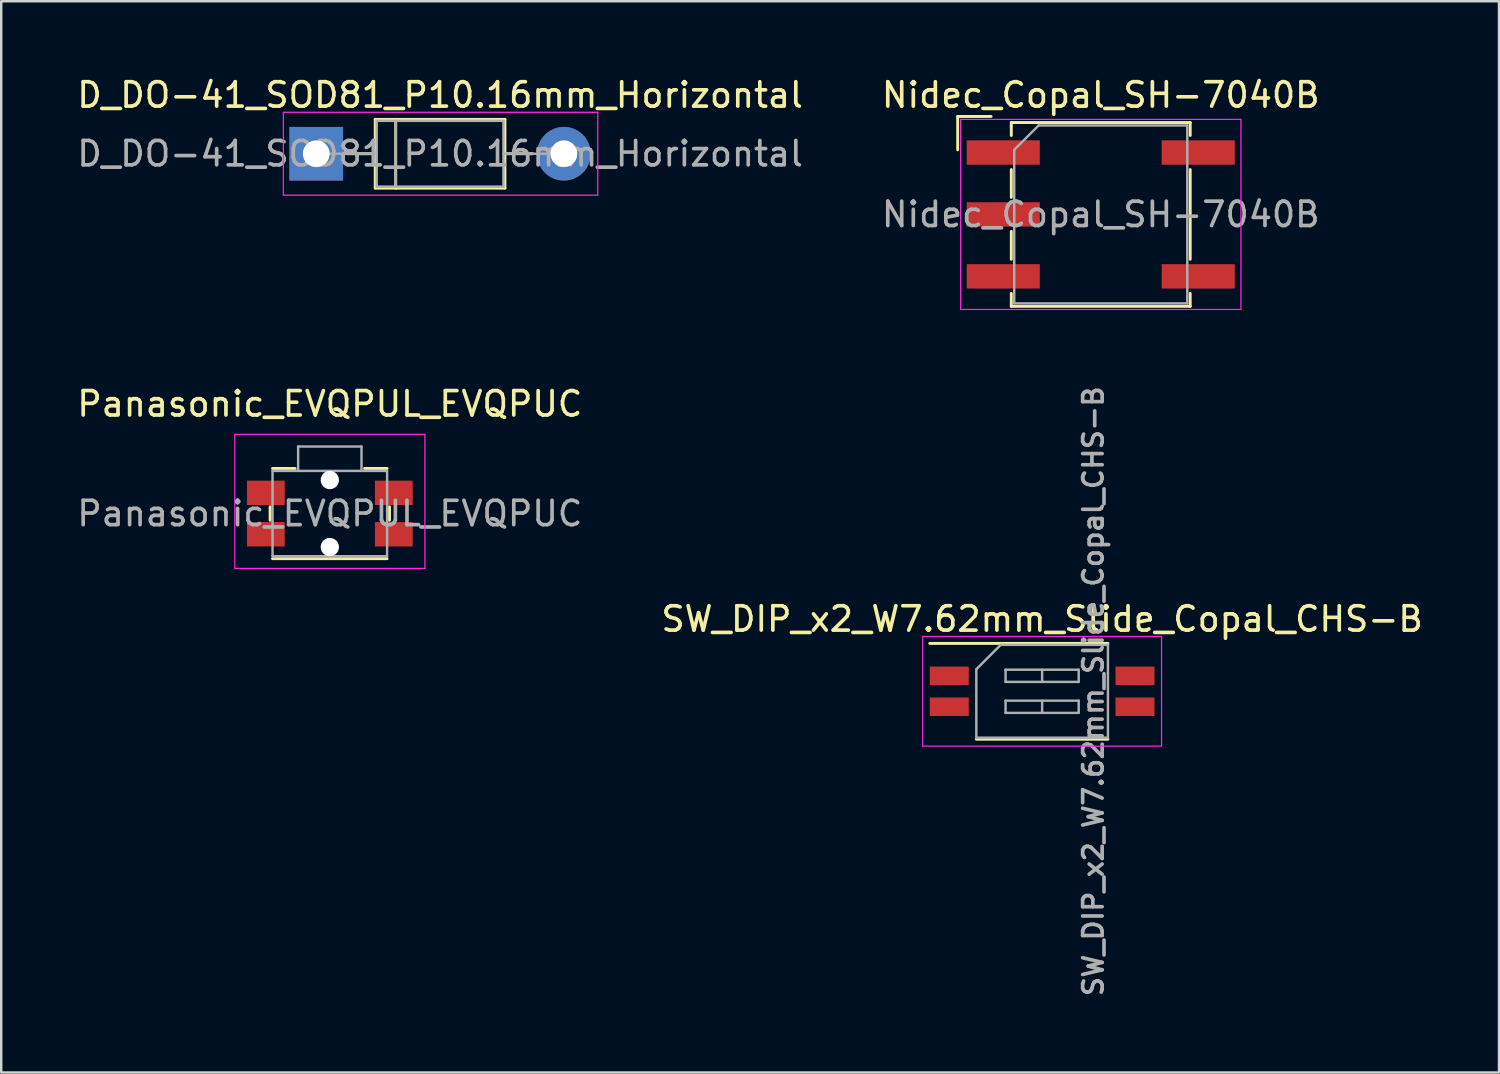
<source format=kicad_pcb>
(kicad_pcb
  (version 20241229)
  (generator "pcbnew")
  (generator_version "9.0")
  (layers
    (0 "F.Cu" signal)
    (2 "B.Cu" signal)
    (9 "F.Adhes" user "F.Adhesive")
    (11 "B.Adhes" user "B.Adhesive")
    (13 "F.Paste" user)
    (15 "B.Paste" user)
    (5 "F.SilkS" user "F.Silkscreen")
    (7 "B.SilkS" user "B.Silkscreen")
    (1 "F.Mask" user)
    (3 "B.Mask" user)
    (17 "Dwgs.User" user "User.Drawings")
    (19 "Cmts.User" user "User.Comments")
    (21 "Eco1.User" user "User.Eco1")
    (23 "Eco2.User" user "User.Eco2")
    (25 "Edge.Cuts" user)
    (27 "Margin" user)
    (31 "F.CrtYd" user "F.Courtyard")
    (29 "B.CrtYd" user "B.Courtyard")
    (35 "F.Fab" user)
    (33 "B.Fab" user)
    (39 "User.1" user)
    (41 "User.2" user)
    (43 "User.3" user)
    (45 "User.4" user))
  (footprint "Panasonic_EVQPUL_EVQPUC"
    (layer "F.Cu")
    (at 10.482 18.021)
    (property "Reference" "Panasonic_EVQPUL_EVQPUC" (at 0 -4.5 0) (layer "F.SilkS") (effects (font (size 1 1) (thickness 0.15))))
    (attr smd)
    (fp_line (start -2.45 0.275) (end -2.45 -0.275) (stroke (width 0.12) (type solid)) (layer "F.SilkS"))
    (fp_line (start -1.425 -1.85) (end -2.35 -1.85) (stroke (width 0.12) (type solid)) (layer "F.SilkS"))
    (fp_line (start 2.35 -1.85) (end 1.425 -1.85) (stroke (width 0.12) (type solid)) (layer "F.SilkS"))
    (fp_line (start 2.35 1.85) (end -2.35 1.85) (stroke (width 0.12) (type solid)) (layer "F.SilkS"))
    (fp_line (start 2.45 0.275) (end 2.45 -0.275) (stroke (width 0.12) (type solid)) (layer "F.SilkS"))
    (fp_line (start -3.9 2.25) (end -3.9 -3.25) (stroke (width 0.05) (type solid)) (layer "F.CrtYd"))
    (fp_line (start 3.9 -3.25) (end -3.9 -3.25) (stroke (width 0.05) (type solid)) (layer "F.CrtYd"))
    (fp_line (start 3.9 2.25) (end -3.9 2.25) (stroke (width 0.05) (type solid)) (layer "F.CrtYd"))
    (fp_line (start 3.9 2.25) (end 3.9 -3.25) (stroke (width 0.05) (type solid)) (layer "F.CrtYd"))
    (fp_line (start -2.35 1.75) (end -2.35 -1.75) (stroke (width 0.1) (type solid)) (layer "F.Fab"))
    (fp_line (start -1.3 -2.75) (end -1.3 -1.75) (stroke (width 0.1) (type solid)) (layer "F.Fab"))
    (fp_line (start 1.3 -2.75) (end -1.3 -2.75) (stroke (width 0.1) (type solid)) (layer "F.Fab"))
    (fp_line (start 1.3 -2.75) (end 1.3 -1.75) (stroke (width 0.1) (type solid)) (layer "F.Fab"))
    (fp_line (start 2.35 -1.75) (end -2.35 -1.75) (stroke (width 0.1) (type solid)) (layer "F.Fab"))
    (fp_line (start 2.35 1.75) (end -2.35 1.75) (stroke (width 0.1) (type solid)) (layer "F.Fab"))
    (fp_line (start 2.35 1.75) (end 2.35 -1.75) (stroke (width 0.1) (type solid)) (layer "F.Fab"))
    (fp_text user "${REFERENCE}" (at 0 0 0) (layer "F.Fab") (effects (font (size 1 1) (thickness 0.15))))
    (pad "" np_thru_hole circle (at 0 -1.375 180) (size 0.75 0.75) (drill 0.75) (layers "*.Cu" "*.Mask"))
    (pad "" np_thru_hole circle (at 0 1.375 180) (size 0.75 0.75) (drill 0.75) (layers "*.Cu" "*.Mask"))
    (pad "1" smd rect (at -2.625 -0.85 180) (size 1.55 1) (layers "F.Cu" "F.Mask" "F.Paste"))
    (pad "1" smd rect (at 2.625 -0.85 180) (size 1.55 1) (layers "F.Cu" "F.Mask" "F.Paste"))
    (pad "2" smd rect (at -2.625 0.85 180) (size 1.55 1) (layers "F.Cu" "F.Mask" "F.Paste"))
    (pad "2" smd rect (at 2.625 0.85 180) (size 1.55 1) (layers "F.Cu" "F.Mask" "F.Paste")))
  (footprint "D_DO-41_SOD81_P10.16mm_Horizontal"
    (layer "F.Cu")
    (at 9.926 3.258)
    (property "Reference" "D_DO-41_SOD81_P10.16mm_Horizontal" (at 5.08 -2.41 0) (layer "F.SilkS") (effects (font (size 1 1) (thickness 0.15))))
    (attr through_hole)
    (fp_line (start 1.28 0) (end 2.42 0) (stroke (width 0.12) (type solid)) (layer "F.SilkS"))
    (fp_line (start 2.42 -1.41) (end 2.42 1.41) (stroke (width 0.12) (type solid)) (layer "F.SilkS"))
    (fp_line (start 2.42 1.41) (end 7.74 1.41) (stroke (width 0.12) (type solid)) (layer "F.SilkS"))
    (fp_line (start 3.26 -1.41) (end 3.26 1.41) (stroke (width 0.12) (type solid)) (layer "F.SilkS"))
    (fp_line (start 7.74 -1.41) (end 2.42 -1.41) (stroke (width 0.12) (type solid)) (layer "F.SilkS"))
    (fp_line (start 7.74 1.41) (end 7.74 -1.41) (stroke (width 0.12) (type solid)) (layer "F.SilkS"))
    (fp_line (start 8.88 0) (end 7.74 0) (stroke (width 0.12) (type solid)) (layer "F.SilkS"))
    (fp_line (start -1.35 -1.7) (end -1.35 1.7) (stroke (width 0.05) (type solid)) (layer "F.CrtYd"))
    (fp_line (start -1.35 1.7) (end 11.55 1.7) (stroke (width 0.05) (type solid)) (layer "F.CrtYd"))
    (fp_line (start 11.55 -1.7) (end -1.35 -1.7) (stroke (width 0.05) (type solid)) (layer "F.CrtYd"))
    (fp_line (start 11.55 1.7) (end 11.55 -1.7) (stroke (width 0.05) (type solid)) (layer "F.CrtYd"))
    (fp_line (start 0 0) (end 2.48 0) (stroke (width 0.1) (type solid)) (layer "F.Fab"))
    (fp_line (start 2.48 -1.35) (end 2.48 1.35) (stroke (width 0.1) (type solid)) (layer "F.Fab"))
    (fp_line (start 2.48 1.35) (end 7.68 1.35) (stroke (width 0.1) (type solid)) (layer "F.Fab"))
    (fp_line (start 3.26 -1.35) (end 3.26 1.35) (stroke (width 0.1) (type solid)) (layer "F.Fab"))
    (fp_line (start 7.68 -1.35) (end 2.48 -1.35) (stroke (width 0.1) (type solid)) (layer "F.Fab"))
    (fp_line (start 7.68 1.35) (end 7.68 -1.35) (stroke (width 0.1) (type solid)) (layer "F.Fab"))
    (fp_line (start 10.16 0) (end 7.68 0) (stroke (width 0.1) (type solid)) (layer "F.Fab"))
    (fp_text user "${REFERENCE}" (at 5.08 0 0) (layer "F.Fab") (effects (font (size 1 1) (thickness 0.15))))
    (pad "1" thru_hole rect (at 0 0) (size 2.2 2.2) (drill 1.1) (layers "*.Cu" "*.Mask"))
    (pad "2" thru_hole oval (at 10.16 0) (size 2.2 2.2) (drill 1.1) (layers "*.Cu" "*.Mask")))
  (footprint "Nidec_Copal_SH-7040B"
    (layer "F.Cu")
    (at 42.113 5.748)
    (property "Reference" "Nidec_Copal_SH-7040B" (at 0 -4.9 0) (layer "F.SilkS") (effects (font (size 1 1) (thickness 0.15))))
    (attr smd)
    (fp_line (start -5.87 -4.02) (end -4.5 -4.02) (stroke (width 0.12) (type solid)) (layer "F.SilkS"))
    (fp_line (start -5.87 -2.65) (end -5.87 -4.02) (stroke (width 0.12) (type solid)) (layer "F.SilkS"))
    (fp_line (start -3.67 -3.77) (end 3.67 -3.77) (stroke (width 0.12) (type solid)) (layer "F.SilkS"))
    (fp_line (start -3.67 -3.24) (end -3.67 -3.77) (stroke (width 0.12) (type solid)) (layer "F.SilkS"))
    (fp_line (start -3.67 -1.84) (end -3.67 -0.7) (stroke (width 0.12) (type solid)) (layer "F.SilkS"))
    (fp_line (start -3.67 0.7) (end -3.67 1.84) (stroke (width 0.12) (type solid)) (layer "F.SilkS"))
    (fp_line (start -3.67 3.24) (end -3.67 3.77) (stroke (width 0.12) (type solid)) (layer "F.SilkS"))
    (fp_line (start -3.67 3.77) (end 3.67 3.77) (stroke (width 0.12) (type solid)) (layer "F.SilkS"))
    (fp_line (start 3.67 -3.77) (end 3.67 -3.24) (stroke (width 0.12) (type solid)) (layer "F.SilkS"))
    (fp_line (start 3.67 -1.84) (end 3.67 1.84) (stroke (width 0.12) (type solid)) (layer "F.SilkS"))
    (fp_line (start 3.67 3.77) (end 3.67 3.24) (stroke (width 0.12) (type solid)) (layer "F.SilkS"))
    (fp_line (start -5.75 -3.9) (end -5.75 3.9) (stroke (width 0.05) (type solid)) (layer "F.CrtYd"))
    (fp_line (start -5.75 3.9) (end 5.75 3.9) (stroke (width 0.05) (type solid)) (layer "F.CrtYd"))
    (fp_line (start 5.75 -3.9) (end -5.75 -3.9) (stroke (width 0.05) (type solid)) (layer "F.CrtYd"))
    (fp_line (start 5.75 3.9) (end 5.75 -3.9) (stroke (width 0.05) (type solid)) (layer "F.CrtYd"))
    (fp_line (start -3.55 -2.65) (end -2.55 -3.65) (stroke (width 0.1) (type solid)) (layer "F.Fab"))
    (fp_line (start -3.55 3.65) (end -3.55 -2.65) (stroke (width 0.1) (type solid)) (layer "F.Fab"))
    (fp_line (start -2.55 -3.65) (end 3.55 -3.65) (stroke (width 0.1) (type solid)) (layer "F.Fab"))
    (fp_line (start 3.55 -3.65) (end 3.55 3.65) (stroke (width 0.1) (type solid)) (layer "F.Fab"))
    (fp_line (start 3.55 3.65) (end -3.55 3.65) (stroke (width 0.1) (type solid)) (layer "F.Fab"))
    (fp_text user "${REFERENCE}" (at 0 0 0) (layer "F.Fab") (effects (font (size 1 1) (thickness 0.15))))
    (pad "1" smd rect (at -4 -2.54) (size 3 1) (layers "F.Cu" "F.Mask" "F.Paste"))
    (pad "2" smd rect (at 4 2.54) (size 3 1) (layers "F.Cu" "F.Mask" "F.Paste"))
    (pad "4" smd rect (at -4 2.54) (size 3 1) (layers "F.Cu" "F.Mask" "F.Paste"))
    (pad "8" smd rect (at 4 -2.54) (size 3 1) (layers "F.Cu" "F.Mask" "F.Paste"))
    (pad "C" smd rect (at -4 0) (size 3 1) (layers "F.Cu" "F.Mask" "F.Paste")))
  (footprint "SW_DIP_x2_W7.62mm_Slide_Copal_CHS-B"
    (layer "F.Cu")
    (at 39.708 25.313)
    (property "Reference" "SW_DIP_x2_W7.62mm_Slide_Copal_CHS-B" (at 0 -2.965 0) (layer "F.SilkS") (effects (font (size 1 1) (thickness 0.15))))
    (attr smd)
    (fp_line (start -4.61 -1.965) (end 2.7 -1.965) (stroke (width 0.12) (type solid)) (layer "F.SilkS"))
    (fp_line (start -2.7 1.965) (end 2.7 1.965) (stroke (width 0.12) (type solid)) (layer "F.SilkS"))
    (fp_line (start -4.9 -2.25) (end -4.9 2.25) (stroke (width 0.05) (type solid)) (layer "F.CrtYd"))
    (fp_line (start -4.9 2.25) (end 4.9 2.25) (stroke (width 0.05) (type solid)) (layer "F.CrtYd"))
    (fp_line (start 4.9 -2.25) (end -4.9 -2.25) (stroke (width 0.05) (type solid)) (layer "F.CrtYd"))
    (fp_line (start 4.9 2.25) (end 4.9 -2.25) (stroke (width 0.05) (type solid)) (layer "F.CrtYd"))
    (fp_line (start -2.7 -0.905) (end -1.7 -1.905) (stroke (width 0.1) (type solid)) (layer "F.Fab"))
    (fp_line (start -2.7 1.905) (end -2.7 -0.905) (stroke (width 0.1) (type solid)) (layer "F.Fab"))
    (fp_line (start -1.7 -1.905) (end 2.7 -1.905) (stroke (width 0.1) (type solid)) (layer "F.Fab"))
    (fp_line (start -1.5 -0.885) (end -1.5 -0.385) (stroke (width 0.1) (type solid)) (layer "F.Fab"))
    (fp_line (start -1.5 -0.385) (end 1.5 -0.385) (stroke (width 0.1) (type solid)) (layer "F.Fab"))
    (fp_line (start -1.5 0.385) (end -1.5 0.885) (stroke (width 0.1) (type solid)) (layer "F.Fab"))
    (fp_line (start -1.5 0.885) (end 1.5 0.885) (stroke (width 0.1) (type solid)) (layer "F.Fab"))
    (fp_line (start 0 -0.885) (end 0 -0.385) (stroke (width 0.1) (type solid)) (layer "F.Fab"))
    (fp_line (start 0 0.385) (end 0 0.885) (stroke (width 0.1) (type solid)) (layer "F.Fab"))
    (fp_line (start 1.5 -0.885) (end -1.5 -0.885) (stroke (width 0.1) (type solid)) (layer "F.Fab"))
    (fp_line (start 1.5 -0.385) (end 1.5 -0.885) (stroke (width 0.1) (type solid)) (layer "F.Fab"))
    (fp_line (start 1.5 0.385) (end -1.5 0.385) (stroke (width 0.1) (type solid)) (layer "F.Fab"))
    (fp_line (start 1.5 0.885) (end 1.5 0.385) (stroke (width 0.1) (type solid)) (layer "F.Fab"))
    (fp_line (start 2.7 -1.905) (end 2.7 1.905) (stroke (width 0.1) (type solid)) (layer "F.Fab"))
    (fp_line (start 2.7 1.905) (end -2.7 1.905) (stroke (width 0.1) (type solid)) (layer "F.Fab"))
    (fp_text user "${REFERENCE}" (at 2.1 0 90) (layer "F.Fab") (effects (font (size 0.8 0.8) (thickness 0.15))))
    (pad "1" smd rect (at -3.81 -0.635) (size 1.6 0.76) (layers "F.Cu" "F.Mask" "F.Paste"))
    (pad "2" smd rect (at -3.81 0.635) (size 1.6 0.76) (layers "F.Cu" "F.Mask" "F.Paste"))
    (pad "3" smd rect (at 3.81 0.635) (size 1.6 0.76) (layers "F.Cu" "F.Mask" "F.Paste"))
    (pad "4" smd rect (at 3.81 -0.635) (size 1.6 0.76) (layers "F.Cu" "F.Mask" "F.Paste")))
  (gr_rect
    (start -3 -3)
    (end 58.452 40.954)
    (stroke (width 0.1) (type default))
    (fill no)
    (layer "Edge.Cuts")))
</source>
